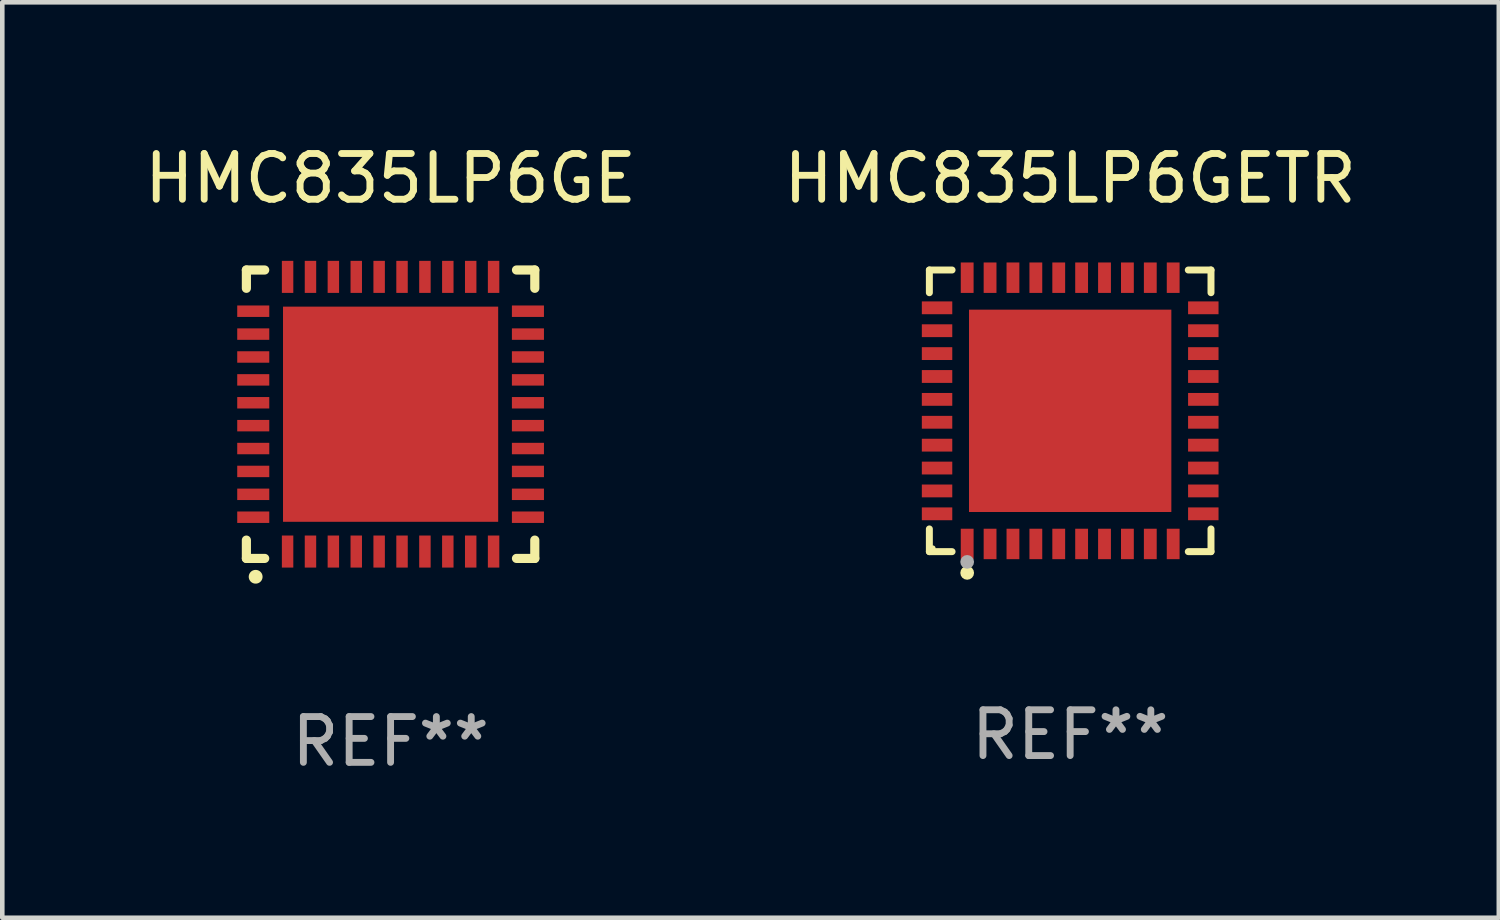
<source format=kicad_pcb>
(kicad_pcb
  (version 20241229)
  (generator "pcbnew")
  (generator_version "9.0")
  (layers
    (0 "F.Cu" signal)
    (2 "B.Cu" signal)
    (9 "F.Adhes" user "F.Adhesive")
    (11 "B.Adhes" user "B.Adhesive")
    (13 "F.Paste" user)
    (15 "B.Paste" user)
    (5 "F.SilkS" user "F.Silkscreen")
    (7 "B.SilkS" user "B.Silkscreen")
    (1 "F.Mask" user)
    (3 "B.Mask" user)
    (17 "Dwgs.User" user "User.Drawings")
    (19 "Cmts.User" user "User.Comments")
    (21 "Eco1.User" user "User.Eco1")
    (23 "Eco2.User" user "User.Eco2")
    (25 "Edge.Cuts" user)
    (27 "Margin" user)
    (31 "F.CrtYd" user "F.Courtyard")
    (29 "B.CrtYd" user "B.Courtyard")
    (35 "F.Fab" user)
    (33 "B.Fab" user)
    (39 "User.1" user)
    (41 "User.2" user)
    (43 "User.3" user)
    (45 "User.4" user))
  (footprint "HMC835LP6GETR"
    (layer "F.Cu")
    (at 20.327 5.924)
    (property "Reference" "HMC835LP6GETR" (at 0 -5.076 0) (layer "F.SilkS") (effects (font (size 1 1) (thickness 0.15))))
    (attr through_hole)
    (fp_line (start -3.076 -3.076) (end -2.58 -3.076) (stroke (width 0.152) (type solid)) (layer "F.SilkS"))
    (fp_line (start -3.076 -2.58) (end -3.076 -3.076) (stroke (width 0.152) (type solid)) (layer "F.SilkS"))
    (fp_line (start -3.076 2.58) (end -3.076 3.076) (stroke (width 0.152) (type solid)) (layer "F.SilkS"))
    (fp_line (start -3.076 3.076) (end -2.58 3.076) (stroke (width 0.152) (type solid)) (layer "F.SilkS"))
    (fp_line (start 3.076 -3.076) (end 2.58 -3.076) (stroke (width 0.152) (type solid)) (layer "F.SilkS"))
    (fp_line (start 3.076 -2.58) (end 3.076 -3.076) (stroke (width 0.152) (type solid)) (layer "F.SilkS"))
    (fp_line (start 3.076 2.58) (end 3.076 3.076) (stroke (width 0.152) (type solid)) (layer "F.SilkS"))
    (fp_line (start 3.076 3.076) (end 2.58 3.076) (stroke (width 0.152) (type solid)) (layer "F.SilkS"))
    (fp_circle (center -3 3) (end -2.97 3) (stroke (width 0.06) (type solid)) (fill no) (layer "F.SilkS"))
    (fp_circle (center -2.25 3.54) (end -2.175 3.54) (stroke (width 0.15) (type solid)) (fill no) (layer "F.SilkS"))
    (fp_circle (center -2.25 3.3) (end -2.175 3.3) (stroke (width 0.15) (type solid)) (fill no) (layer "F.Fab"))
    (fp_text user "REF**" (at 0 7.076 0) (layer "F.Fab") (effects (font (size 1 1) (thickness 0.15))))
    (pad "1" smd rect (at -2.25 2.908) (size 0.28 0.665) (layers "F.Cu" "F.Mask" "F.Paste"))
    (pad "2" smd rect (at -1.75 2.908) (size 0.28 0.665) (layers "F.Cu" "F.Mask" "F.Paste"))
    (pad "3" smd rect (at -1.25 2.908) (size 0.28 0.665) (layers "F.Cu" "F.Mask" "F.Paste"))
    (pad "4" smd rect (at -0.75 2.908) (size 0.28 0.665) (layers "F.Cu" "F.Mask" "F.Paste"))
    (pad "5" smd rect (at -0.25 2.908) (size 0.28 0.665) (layers "F.Cu" "F.Mask" "F.Paste"))
    (pad "6" smd rect (at 0.25 2.908) (size 0.28 0.665) (layers "F.Cu" "F.Mask" "F.Paste"))
    (pad "7" smd rect (at 0.75 2.908) (size 0.28 0.665) (layers "F.Cu" "F.Mask" "F.Paste"))
    (pad "8" smd rect (at 1.25 2.908) (size 0.28 0.665) (layers "F.Cu" "F.Mask" "F.Paste"))
    (pad "9" smd rect (at 1.75 2.908) (size 0.28 0.665) (layers "F.Cu" "F.Mask" "F.Paste"))
    (pad "10" smd rect (at 2.25 2.908) (size 0.28 0.665) (layers "F.Cu" "F.Mask" "F.Paste"))
    (pad "11" smd rect (at 2.908 2.25) (size 0.665 0.28) (layers "F.Cu" "F.Mask" "F.Paste"))
    (pad "12" smd rect (at 2.908 1.75) (size 0.665 0.28) (layers "F.Cu" "F.Mask" "F.Paste"))
    (pad "13" smd rect (at 2.908 1.25) (size 0.665 0.28) (layers "F.Cu" "F.Mask" "F.Paste"))
    (pad "14" smd rect (at 2.908 0.75) (size 0.665 0.28) (layers "F.Cu" "F.Mask" "F.Paste"))
    (pad "15" smd rect (at 2.908 0.25) (size 0.665 0.28) (layers "F.Cu" "F.Mask" "F.Paste"))
    (pad "16" smd rect (at 2.908 -0.25) (size 0.665 0.28) (layers "F.Cu" "F.Mask" "F.Paste"))
    (pad "17" smd rect (at 2.908 -0.75) (size 0.665 0.28) (layers "F.Cu" "F.Mask" "F.Paste"))
    (pad "18" smd rect (at 2.908 -1.25) (size 0.665 0.28) (layers "F.Cu" "F.Mask" "F.Paste"))
    (pad "19" smd rect (at 2.908 -1.75) (size 0.665 0.28) (layers "F.Cu" "F.Mask" "F.Paste"))
    (pad "20" smd rect (at 2.908 -2.25) (size 0.665 0.28) (layers "F.Cu" "F.Mask" "F.Paste"))
    (pad "21" smd rect (at 2.25 -2.908) (size 0.28 0.665) (layers "F.Cu" "F.Mask" "F.Paste"))
    (pad "22" smd rect (at 1.75 -2.908) (size 0.28 0.665) (layers "F.Cu" "F.Mask" "F.Paste"))
    (pad "23" smd rect (at 1.25 -2.908) (size 0.28 0.665) (layers "F.Cu" "F.Mask" "F.Paste"))
    (pad "24" smd rect (at 0.75 -2.908) (size 0.28 0.665) (layers "F.Cu" "F.Mask" "F.Paste"))
    (pad "25" smd rect (at 0.25 -2.908) (size 0.28 0.665) (layers "F.Cu" "F.Mask" "F.Paste"))
    (pad "26" smd rect (at -0.25 -2.908) (size 0.28 0.665) (layers "F.Cu" "F.Mask" "F.Paste"))
    (pad "27" smd rect (at -0.75 -2.908) (size 0.28 0.665) (layers "F.Cu" "F.Mask" "F.Paste"))
    (pad "28" smd rect (at -1.25 -2.908) (size 0.28 0.665) (layers "F.Cu" "F.Mask" "F.Paste"))
    (pad "29" smd rect (at -1.75 -2.908) (size 0.28 0.665) (layers "F.Cu" "F.Mask" "F.Paste"))
    (pad "30" smd rect (at -2.25 -2.908) (size 0.28 0.665) (layers "F.Cu" "F.Mask" "F.Paste"))
    (pad "31" smd rect (at -2.908 -2.25) (size 0.665 0.28) (layers "F.Cu" "F.Mask" "F.Paste"))
    (pad "32" smd rect (at -2.908 -1.75) (size 0.665 0.28) (layers "F.Cu" "F.Mask" "F.Paste"))
    (pad "33" smd rect (at -2.908 -1.25) (size 0.665 0.28) (layers "F.Cu" "F.Mask" "F.Paste"))
    (pad "34" smd rect (at -2.908 -0.75) (size 0.665 0.28) (layers "F.Cu" "F.Mask" "F.Paste"))
    (pad "35" smd rect (at -2.908 -0.25) (size 0.665 0.28) (layers "F.Cu" "F.Mask" "F.Paste"))
    (pad "36" smd rect (at -2.908 0.25) (size 0.665 0.28) (layers "F.Cu" "F.Mask" "F.Paste"))
    (pad "37" smd rect (at -2.908 0.75) (size 0.665 0.28) (layers "F.Cu" "F.Mask" "F.Paste"))
    (pad "38" smd rect (at -2.908 1.25) (size 0.665 0.28) (layers "F.Cu" "F.Mask" "F.Paste"))
    (pad "39" smd rect (at -2.908 1.75) (size 0.665 0.28) (layers "F.Cu" "F.Mask" "F.Paste"))
    (pad "40" smd rect (at -2.908 2.25) (size 0.665 0.28) (layers "F.Cu" "F.Mask" "F.Paste"))
    (pad "41" smd rect (at 0 0) (size 4.42 4.42) (layers "F.Cu" "F.Mask" "F.Paste")))
  (footprint "HMC835LP6GE"
    (layer "F.Cu")
    (at 5.482 5.998)
    (property "Reference" "HMC835LP6GE" (at 0 -5.15 0) (layer "F.SilkS") (effects (font (size 1 1) (thickness 0.15))))
    (attr through_hole)
    (fp_line (start -3.15 -3.15) (end -2.75 -3.15) (stroke (width 0.2) (type solid)) (layer "F.SilkS"))
    (fp_line (start -3.15 -2.75) (end -3.15 -3.15) (stroke (width 0.2) (type solid)) (layer "F.SilkS"))
    (fp_line (start -3.15 3.15) (end -3.15 2.75) (stroke (width 0.2) (type solid)) (layer "F.SilkS"))
    (fp_line (start -2.75 3.15) (end -3.15 3.15) (stroke (width 0.2) (type solid)) (layer "F.SilkS"))
    (fp_line (start 3.15 -3.15) (end 2.75 -3.15) (stroke (width 0.2) (type solid)) (layer "F.SilkS"))
    (fp_line (start 3.15 -2.75) (end 3.15 -3.15) (stroke (width 0.2) (type solid)) (layer "F.SilkS"))
    (fp_line (start 3.15 2.75) (end 3.15 3.15) (stroke (width 0.2) (type solid)) (layer "F.SilkS"))
    (fp_line (start 3.15 3.15) (end 2.75 3.15) (stroke (width 0.2) (type solid)) (layer "F.SilkS"))
    (fp_arc (start -2.94892 3.550927) (mid -2.94765 3.550922) (end -2.94638 3.550927) (stroke (width 0.3) (type solid)) (layer "F.SilkS"))
    (fp_text user "REF**" (at 0 7.15 0) (layer "F.Fab") (effects (font (size 1 1) (thickness 0.15))))
    (pad "1" smd rect (at -2.25 3 180) (size 0.25 0.7) (layers "F.Cu" "F.Mask" "F.Paste"))
    (pad "2" smd rect (at -1.75 3 180) (size 0.25 0.7) (layers "F.Cu" "F.Mask" "F.Paste"))
    (pad "3" smd rect (at -1.25 3 180) (size 0.25 0.7) (layers "F.Cu" "F.Mask" "F.Paste"))
    (pad "4" smd rect (at -0.75 3 180) (size 0.25 0.7) (layers "F.Cu" "F.Mask" "F.Paste"))
    (pad "5" smd rect (at -0.25 3 180) (size 0.25 0.7) (layers "F.Cu" "F.Mask" "F.Paste"))
    (pad "6" smd rect (at 0.25 3 180) (size 0.25 0.7) (layers "F.Cu" "F.Mask" "F.Paste"))
    (pad "7" smd rect (at 0.75 3 180) (size 0.25 0.7) (layers "F.Cu" "F.Mask" "F.Paste"))
    (pad "8" smd rect (at 1.25 3 180) (size 0.25 0.7) (layers "F.Cu" "F.Mask" "F.Paste"))
    (pad "9" smd rect (at 1.75 3 180) (size 0.25 0.7) (layers "F.Cu" "F.Mask" "F.Paste"))
    (pad "10" smd rect (at 2.25 3 180) (size 0.25 0.7) (layers "F.Cu" "F.Mask" "F.Paste"))
    (pad "11" smd rect (at 3 2.25 90) (size 0.25 0.7) (layers "F.Cu" "F.Mask" "F.Paste"))
    (pad "12" smd rect (at 3 1.75 90) (size 0.25 0.7) (layers "F.Cu" "F.Mask" "F.Paste"))
    (pad "13" smd rect (at 3 1.25 90) (size 0.25 0.7) (layers "F.Cu" "F.Mask" "F.Paste"))
    (pad "14" smd rect (at 3 0.75 90) (size 0.25 0.7) (layers "F.Cu" "F.Mask" "F.Paste"))
    (pad "15" smd rect (at 3 0.25 90) (size 0.25 0.7) (layers "F.Cu" "F.Mask" "F.Paste"))
    (pad "16" smd rect (at 3 -0.25 90) (size 0.25 0.7) (layers "F.Cu" "F.Mask" "F.Paste"))
    (pad "17" smd rect (at 3 -0.75 90) (size 0.25 0.7) (layers "F.Cu" "F.Mask" "F.Paste"))
    (pad "18" smd rect (at 3 -1.25 90) (size 0.25 0.7) (layers "F.Cu" "F.Mask" "F.Paste"))
    (pad "19" smd rect (at 3 -1.75 90) (size 0.25 0.7) (layers "F.Cu" "F.Mask" "F.Paste"))
    (pad "20" smd rect (at 3 -2.25 90) (size 0.25 0.7) (layers "F.Cu" "F.Mask" "F.Paste"))
    (pad "21" smd rect (at 2.25 -3 180) (size 0.25 0.7) (layers "F.Cu" "F.Mask" "F.Paste"))
    (pad "22" smd rect (at 1.75 -3 180) (size 0.25 0.7) (layers "F.Cu" "F.Mask" "F.Paste"))
    (pad "23" smd rect (at 1.25 -3 180) (size 0.25 0.7) (layers "F.Cu" "F.Mask" "F.Paste"))
    (pad "24" smd rect (at 0.75 -3 180) (size 0.25 0.7) (layers "F.Cu" "F.Mask" "F.Paste"))
    (pad "25" smd rect (at 0.25 -3 180) (size 0.25 0.7) (layers "F.Cu" "F.Mask" "F.Paste"))
    (pad "26" smd rect (at -0.25 -3 180) (size 0.25 0.7) (layers "F.Cu" "F.Mask" "F.Paste"))
    (pad "27" smd rect (at -0.75 -3 180) (size 0.25 0.7) (layers "F.Cu" "F.Mask" "F.Paste"))
    (pad "28" smd rect (at -1.25 -3 180) (size 0.25 0.7) (layers "F.Cu" "F.Mask" "F.Paste"))
    (pad "29" smd rect (at -1.75 -3 180) (size 0.25 0.7) (layers "F.Cu" "F.Mask" "F.Paste"))
    (pad "30" smd rect (at -2.25 -3 180) (size 0.25 0.7) (layers "F.Cu" "F.Mask" "F.Paste"))
    (pad "31" smd rect (at -3 -2.25 90) (size 0.25 0.7) (layers "F.Cu" "F.Mask" "F.Paste"))
    (pad "32" smd rect (at -3 -1.75 90) (size 0.25 0.7) (layers "F.Cu" "F.Mask" "F.Paste"))
    (pad "33" smd rect (at -3 -1.25 90) (size 0.25 0.7) (layers "F.Cu" "F.Mask" "F.Paste"))
    (pad "34" smd rect (at -3 -0.75 90) (size 0.25 0.7) (layers "F.Cu" "F.Mask" "F.Paste"))
    (pad "35" smd rect (at -3 -0.25 90) (size 0.25 0.7) (layers "F.Cu" "F.Mask" "F.Paste"))
    (pad "36" smd rect (at -3 0.25 90) (size 0.25 0.7) (layers "F.Cu" "F.Mask" "F.Paste"))
    (pad "37" smd rect (at -3 0.75 90) (size 0.25 0.7) (layers "F.Cu" "F.Mask" "F.Paste"))
    (pad "38" smd rect (at -3 1.25 90) (size 0.25 0.7) (layers "F.Cu" "F.Mask" "F.Paste"))
    (pad "39" smd rect (at -3 1.75 90) (size 0.25 0.7) (layers "F.Cu" "F.Mask" "F.Paste"))
    (pad "40" smd rect (at -3 2.25 90) (size 0.25 0.7) (layers "F.Cu" "F.Mask" "F.Paste"))
    (pad "41" smd rect (at 0.000102 0.000076 90) (size 4.7 4.7) (layers "F.Cu" "F.Mask" "F.Paste")))
  (gr_rect
    (start -3 -3)
    (end 29.69 16.997)
    (stroke (width 0.1) (type default))
    (fill no)
    (layer "Edge.Cuts")))
</source>
